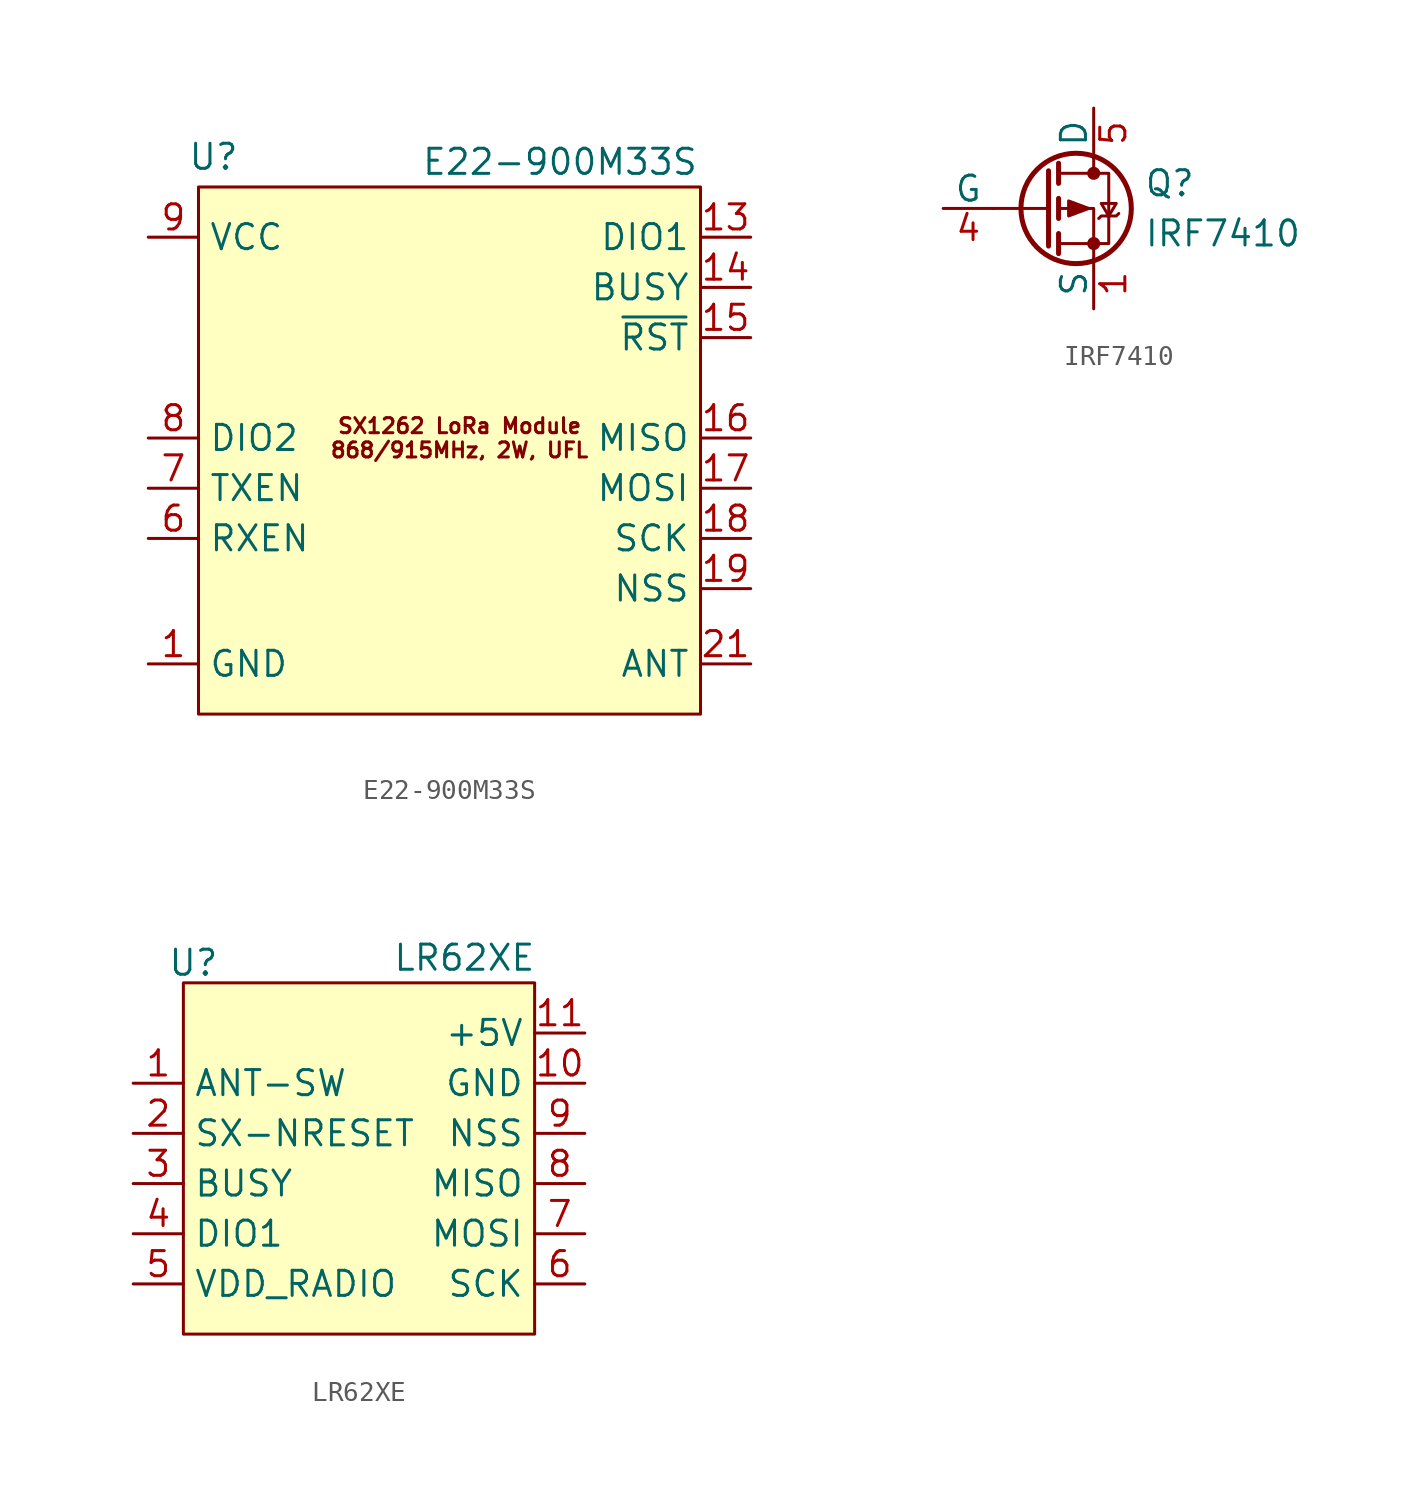
<source format=kicad_sym>
(kicad_symbol_lib
  (version 20231120)
  (generator "kicad_symbol_editor")
  (generator_version "8.0")
  (symbol "E22-900M33S"
    (property "Reference" "U"
      (at -11.938 15.494 0)
      (effects (font (size 1.27 1.27))))
    (property "Value" "E22-900M33S"
      (at 5.588 15.24 0)
      (effects (font (size 1.27 1.27))))
    (symbol "E22-900M33S_1_1"
      (rectangle (start -12.7 13.97) (end 12.7 -12.7) (stroke (width 0) (type default)) (fill (type background)))
      (text "SX1262 LoRa Module\n868/915MHz, 2W, UFL" (at 0.508 1.27 0) (effects (font (size 0.762 0.762))))
      (pin power_in line (at -15.24 -10.16 0) (length 2.54) (name "GND" (effects (font (size 1.27 1.27)))) (number "1" (effects (font (size 1.27 1.27)))))
      (pin input line (at -15.24 11.43 0) (length 2.54) hide (name "VCC" (effects (font (size 1.27 1.27)))) (number "10" (effects (font (size 1.27 1.27)))))
      (pin power_in line (at -15.24 -10.16 0) (length 2.54) hide (name "GND" (effects (font (size 1.27 1.27)))) (number "11" (effects (font (size 1.27 1.27)))))
      (pin power_in line (at -15.24 -10.16 0) (length 2.54) hide (name "GND" (effects (font (size 1.27 1.27)))) (number "12" (effects (font (size 1.27 1.27)))))
      (pin input line (at 15.24 11.43 180) (length 2.54) (name "DIO1" (effects (font (size 1.27 1.27)))) (number "13" (effects (font (size 1.27 1.27)))))
      (pin output line (at 15.24 8.89 180) (length 2.54) (name "BUSY" (effects (font (size 1.27 1.27)))) (number "14" (effects (font (size 1.27 1.27)))))
      (pin input line (at 15.24 6.35 180) (length 2.54) (name "~{RST}" (effects (font (size 1.27 1.27)))) (number "15" (effects (font (size 1.27 1.27)))))
      (pin output line (at 15.24 1.27 180) (length 2.54) (name "MISO" (effects (font (size 1.27 1.27)))) (number "16" (effects (font (size 1.27 1.27)))))
      (pin input line (at 15.24 -1.27 180) (length 2.54) (name "MOSI" (effects (font (size 1.27 1.27)))) (number "17" (effects (font (size 1.27 1.27)))))
      (pin input line (at 15.24 -3.81 180) (length 2.54) (name "SCK" (effects (font (size 1.27 1.27)))) (number "18" (effects (font (size 1.27 1.27)))))
      (pin input line (at 15.24 -6.35 180) (length 2.54) (name "NSS" (effects (font (size 1.27 1.27)))) (number "19" (effects (font (size 1.27 1.27)))))
      (pin power_in line (at -15.24 -10.16 0) (length 2.54) hide (name "GND" (effects (font (size 1.27 1.27)))) (number "2" (effects (font (size 1.27 1.27)))))
      (pin power_in line (at -15.24 -10.16 0) (length 2.54) hide (name "GND" (effects (font (size 1.27 1.27)))) (number "20" (effects (font (size 1.27 1.27)))))
      (pin output line (at 15.24 -10.16 180) (length 2.54) (name "ANT" (effects (font (size 1.27 1.27)))) (number "21" (effects (font (size 1.27 1.27)))))
      (pin power_in line (at -15.24 -10.16 0) (length 2.54) hide (name "GND" (effects (font (size 1.27 1.27)))) (number "22" (effects (font (size 1.27 1.27)))))
      (pin power_in line (at -15.24 -10.16 0) (length 2.54) hide (name "GND" (effects (font (size 1.27 1.27)))) (number "3" (effects (font (size 1.27 1.27)))))
      (pin power_in line (at -15.24 -10.16 0) (length 2.54) hide (name "GND" (effects (font (size 1.27 1.27)))) (number "4" (effects (font (size 1.27 1.27)))))
      (pin power_in line (at -15.24 -10.16 0) (length 2.54) hide (name "GND" (effects (font (size 1.27 1.27)))) (number "5" (effects (font (size 1.27 1.27)))))
      (pin input line (at -15.24 -3.81 0) (length 2.54) (name "RXEN" (effects (font (size 1.27 1.27)))) (number "6" (effects (font (size 1.27 1.27)))))
      (pin input line (at -15.24 -1.27 0) (length 2.54) (name "TXEN" (effects (font (size 1.27 1.27)))) (number "7" (effects (font (size 1.27 1.27)))))
      (pin input line (at -15.24 1.27 0) (length 2.54) (name "DIO2" (effects (font (size 1.27 1.27)))) (number "8" (effects (font (size 1.27 1.27)))))
      (pin input line (at -15.24 11.43 0) (length 2.54) (name "VCC" (effects (font (size 1.27 1.27)))) (number "9" (effects (font (size 1.27 1.27)))))))
  (symbol "IRF7410"
    (pin_names
      (offset 0))
    (property "Reference" "Q"
      (at 5.08 1.27 0)
      (effects (font (size 1.27 1.27)) (justify left)))
    (property "Value" "IRF7410"
      (at 5.08 -1.27 0)
      (effects (font (size 1.27 1.27)) (justify left)))
    (symbol "IRF7410_0_1"
      (polyline (pts (xy 0.254 0) (xy -2.54 0)) (stroke (width 0) (type default)) (fill (type none)))
      (polyline (pts (xy 0.254 1.905) (xy 0.254 -1.905)) (stroke (width 0.254) (type default)) (fill (type none)))
      (polyline (pts (xy 0.762 -1.27) (xy 0.762 -2.286)) (stroke (width 0.254) (type default)) (fill (type none)))
      (polyline (pts (xy 0.762 0.508) (xy 0.762 -0.508)) (stroke (width 0.254) (type default)) (fill (type none)))
      (polyline (pts (xy 0.762 2.286) (xy 0.762 1.27)) (stroke (width 0.254) (type default)) (fill (type none)))
      (polyline (pts (xy 2.54 2.54) (xy 2.54 1.778)) (stroke (width 0) (type default)) (fill (type none)))
      (polyline (pts (xy 2.54 -2.54) (xy 2.54 0) (xy 0.762 0)) (stroke (width 0) (type default)) (fill (type none)))
      (polyline (pts (xy 0.762 1.778) (xy 3.302 1.778) (xy 3.302 -1.778) (xy 0.762 -1.778)) (stroke (width 0) (type default)) (fill (type none)))
      (polyline (pts (xy 2.286 0) (xy 1.27 0.381) (xy 1.27 -0.381) (xy 2.286 0)) (stroke (width 0) (type default)) (fill (type outline)))
      (polyline (pts (xy 2.794 -0.508) (xy 2.921 -0.381) (xy 3.683 -0.381) (xy 3.81 -0.254)) (stroke (width 0) (type default)) (fill (type none)))
      (polyline (pts (xy 3.302 -0.381) (xy 2.921 0.254) (xy 3.683 0.254) (xy 3.302 -0.381)) (stroke (width 0) (type default)) (fill (type none)))
      (circle (center 1.651 0) (radius 2.794) (stroke (width 0.254) (type default)) (fill (type none)))
      (circle (center 2.54 -1.778) (radius 0.254) (stroke (width 0) (type default)) (fill (type outline)))
      (circle (center 2.54 1.778) (radius 0.254) (stroke (width 0) (type default)) (fill (type outline))))
    (symbol "IRF7410_1_1"
      (pin passive line (at 2.54 -5.08 90) (length 2.54) (name "S" (effects (font (size 1.27 1.27)))) (number "1" (effects (font (size 1.27 1.27)))))
      (pin passive line (at 2.54 -5.08 90) (length 2.54) hide (name "" (effects (font (size 1.27 1.27)))) (number "2" (effects (font (size 1.27 1.27)))))
      (pin passive line (at 2.54 -5.08 90) (length 2.54) hide (name "" (effects (font (size 1.27 1.27)))) (number "3" (effects (font (size 1.27 1.27)))))
      (pin input line (at -5.08 0 0) (length 2.54) (name "G" (effects (font (size 1.27 1.27)))) (number "4" (effects (font (size 1.27 1.27)))))
      (pin passive line (at 2.54 5.08 270) (length 2.54) (name "D" (effects (font (size 1.27 1.27)))) (number "5" (effects (font (size 1.27 1.27)))))
      (pin passive line (at 2.54 5.08 270) (length 2.54) hide (name "" (effects (font (size 1.27 1.27)))) (number "6" (effects (font (size 1.27 1.27)))))
      (pin passive line (at 2.54 5.08 270) (length 2.54) hide (name "" (effects (font (size 1.27 1.27)))) (number "7" (effects (font (size 1.27 1.27)))))
      (pin passive line (at 2.54 5.08 270) (length 2.54) hide (name "" (effects (font (size 1.27 1.27)))) (number "8" (effects (font (size 1.27 1.27)))))))
  (symbol "LR62XE"
    (property "Reference" "U"
      (at -8.382 9.906 0)
      (effects (font (size 1.27 1.27))))
    (property "Value" "LR62XE"
      (at 5.334 10.16 0)
      (effects (font (size 1.27 1.27))))
    (symbol "LR62XE_1_1"
      (rectangle (start -8.89 8.89) (end 8.89 -8.89) (stroke (width 0) (type default)) (fill (type background)))
      (pin input line (at -11.43 3.81 0) (length 2.54) (name "ANT-SW" (effects (font (size 1.27 1.27)))) (number "1" (effects (font (size 1.27 1.27)))))
      (pin input line (at 11.43 3.81 180) (length 2.54) (name "GND" (effects (font (size 1.27 1.27)))) (number "10" (effects (font (size 1.27 1.27)))))
      (pin input line (at 11.43 6.35 180) (length 2.54) (name "+5V" (effects (font (size 1.27 1.27)))) (number "11" (effects (font (size 1.27 1.27)))))
      (pin input line (at 11.43 3.81 180) (length 2.54) hide (name "GND" (effects (font (size 1.27 1.27)))) (number "12" (effects (font (size 1.27 1.27)))))
      (pin input line (at -11.43 1.27 0) (length 2.54) (name "SX-NRESET" (effects (font (size 1.27 1.27)))) (number "2" (effects (font (size 1.27 1.27)))))
      (pin input line (at -11.43 -1.27 0) (length 2.54) (name "BUSY" (effects (font (size 1.27 1.27)))) (number "3" (effects (font (size 1.27 1.27)))))
      (pin input line (at -11.43 -3.81 0) (length 2.54) (name "DIO1" (effects (font (size 1.27 1.27)))) (number "4" (effects (font (size 1.27 1.27)))))
      (pin input line (at -11.43 -6.35 0) (length 2.54) (name "VDD_RADIO" (effects (font (size 1.27 1.27)))) (number "5" (effects (font (size 1.27 1.27)))))
      (pin input line (at 11.43 -6.35 180) (length 2.54) (name "SCK" (effects (font (size 1.27 1.27)))) (number "6" (effects (font (size 1.27 1.27)))))
      (pin input line (at 11.43 -3.81 180) (length 2.54) (name "MOSI" (effects (font (size 1.27 1.27)))) (number "7" (effects (font (size 1.27 1.27)))))
      (pin input line (at 11.43 -1.27 180) (length 2.54) (name "MISO" (effects (font (size 1.27 1.27)))) (number "8" (effects (font (size 1.27 1.27)))))
      (pin input line (at 11.43 1.27 180) (length 2.54) (name "NSS" (effects (font (size 1.27 1.27)))) (number "9" (effects (font (size 1.27 1.27))))))))
</source>
